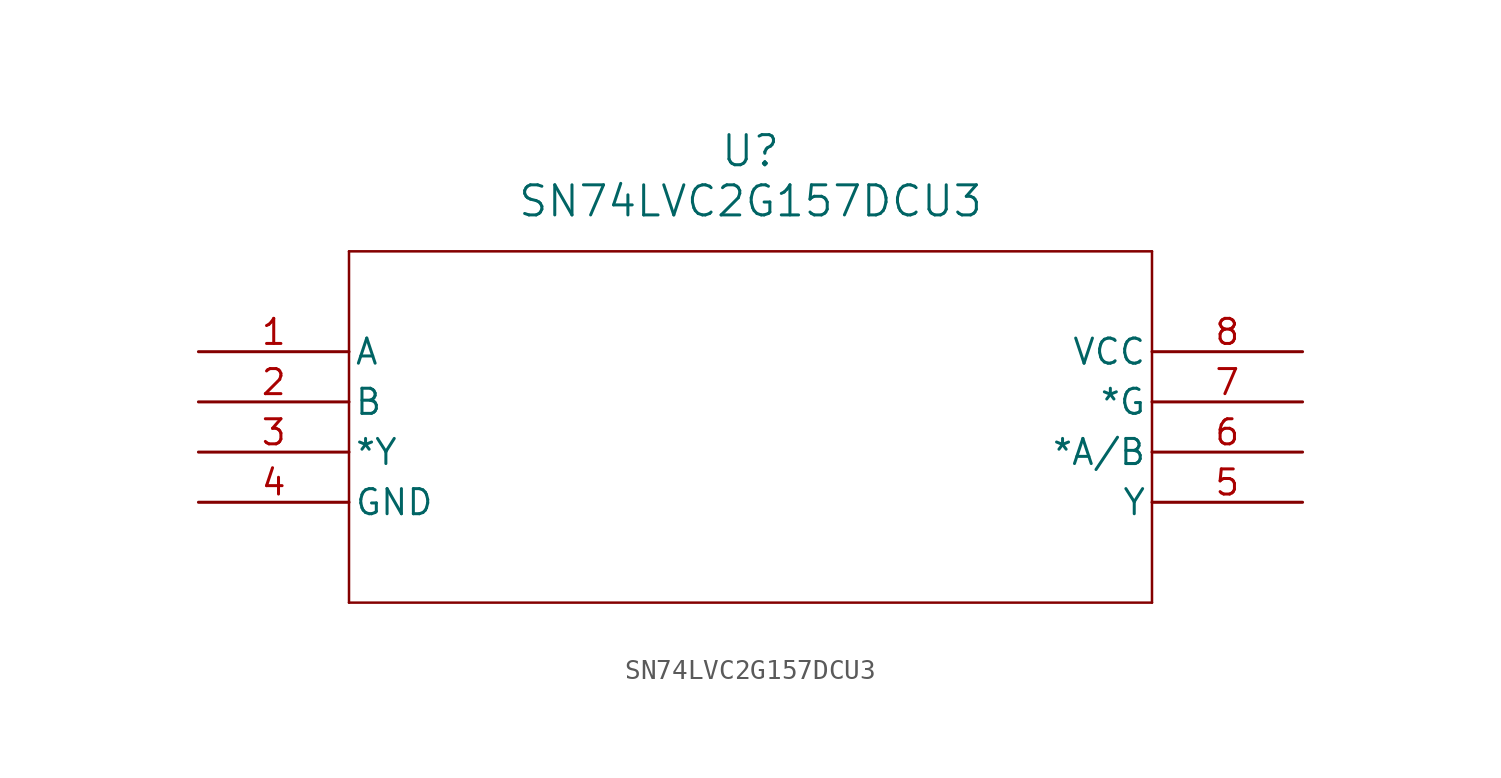
<source format=kicad_sym>
(kicad_symbol_lib
  (version 20211014)
  (generator kicad_symbol_editor)
  (symbol "SN74LVC2G157DCU3"
    (pin_names
      (offset 0.254))
    (property "Reference" "U"
      (at 27.94 10.16 0)
      (effects (font (size 1.524 1.524))))
    (property "Value" "SN74LVC2G157DCU3"
      (at 27.94 7.62 0)
      (effects (font (size 1.524 1.524))))
    (symbol "SN74LVC2G157DCU3_0_1"
      (polyline (pts (xy 7.62 5.08) (xy 7.62 -12.7)) (stroke (width 0.127) (type default) (color 0 0 0 0)) (fill (type none)))
      (polyline (pts (xy 7.62 -12.7) (xy 48.26 -12.7)) (stroke (width 0.127) (type default) (color 0 0 0 0)) (fill (type none)))
      (polyline (pts (xy 48.26 -12.7) (xy 48.26 5.08)) (stroke (width 0.127) (type default) (color 0 0 0 0)) (fill (type none)))
      (polyline (pts (xy 48.26 5.08) (xy 7.62 5.08)) (stroke (width 0.127) (type default) (color 0 0 0 0)) (fill (type none)))
      (pin input line (at 0 0 0) (length 7.62) (name "A" (effects (font (size 1.27 1.27)))) (number "1" (effects (font (size 1.27 1.27)))))
      (pin input line (at 0 -2.54 0) (length 7.62) (name "B" (effects (font (size 1.27 1.27)))) (number "2" (effects (font (size 1.27 1.27)))))
      (pin output line (at 0 -5.08 0) (length 7.62) (name "*Y" (effects (font (size 1.27 1.27)))) (number "3" (effects (font (size 1.27 1.27)))))
      (pin power_in line (at 0 -7.62 0) (length 7.62) (name "GND" (effects (font (size 1.27 1.27)))) (number "4" (effects (font (size 1.27 1.27)))))
      (pin output line (at 55.88 -7.62 180) (length 7.62) (name "Y" (effects (font (size 1.27 1.27)))) (number "5" (effects (font (size 1.27 1.27)))))
      (pin input line (at 55.88 -5.08 180) (length 7.62) (name "*A/B" (effects (font (size 1.27 1.27)))) (number "6" (effects (font (size 1.27 1.27)))))
      (pin input line (at 55.88 -2.54 180) (length 7.62) (name "*G" (effects (font (size 1.27 1.27)))) (number "7" (effects (font (size 1.27 1.27)))))
      (pin power_in line (at 55.88 0 180) (length 7.62) (name "VCC" (effects (font (size 1.27 1.27)))) (number "8" (effects (font (size 1.27 1.27))))))))
</source>
